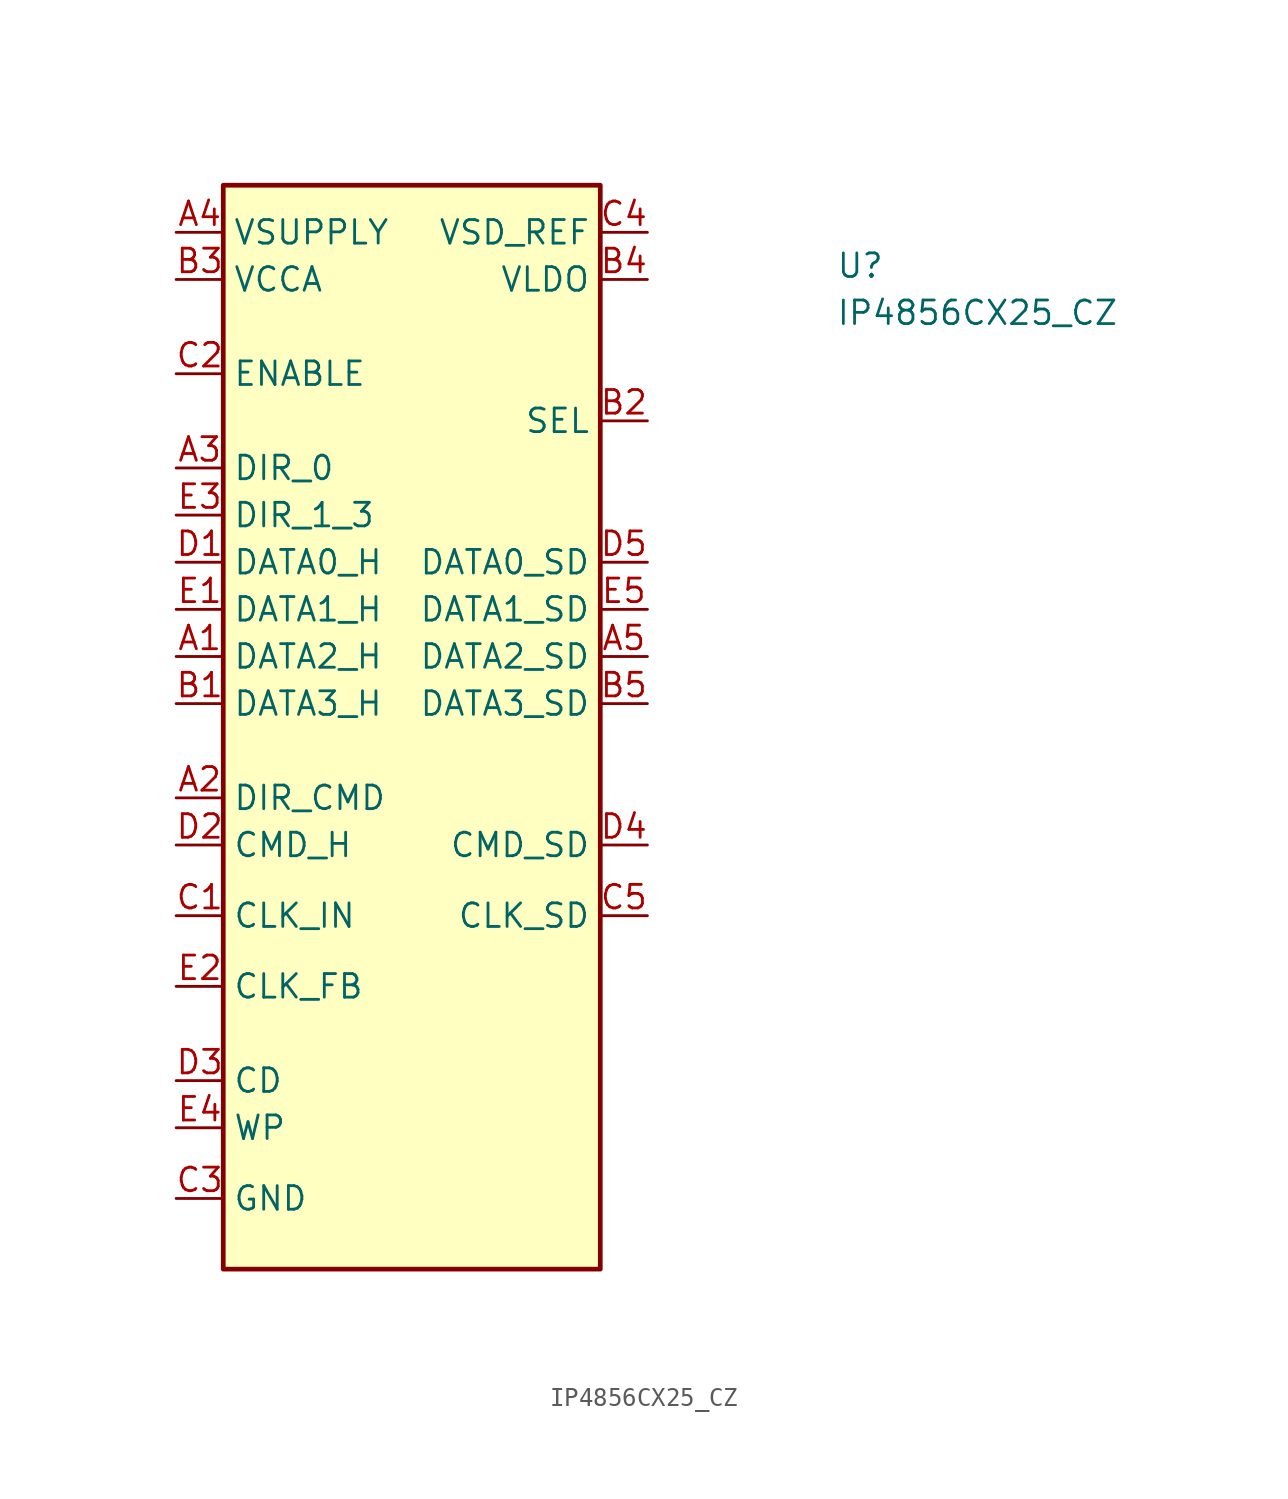
<source format=kicad_sym>
(kicad_symbol_lib
  (version 20211014)
  (generator kicad_symbol_editor)
  (symbol "IP4856CX25_CZ"
    (property "Reference" "U"
      (at 35.56 -2.54 0)
      (effects (font (size 1.27 1.27) (thickness 0.15)) (justify left bottom)))
    (property "Value" "IP4856CX25_CZ"
      (at 35.56 -5.08 0)
      (effects (font (size 1.27 1.27) (thickness 0.15)) (justify left bottom)))
    (symbol "IP4856CX25_CZ_1_1"
      (rectangle (start 2.54 2.54) (end 22.86 -55.88) (stroke (width 0.254) (type default) (color 0 0 0 0)) (fill (type background)))
      (pin bidirectional line (at 0 -22.86 0) (length 2.54) (name "DATA2_H" (effects (font (size 1.27 1.27)))) (number "A1" (effects (font (size 1.27 1.27)))))
      (pin input line (at 0 -30.48 0) (length 2.54) (name "DIR_CMD" (effects (font (size 1.27 1.27)))) (number "A2" (effects (font (size 1.27 1.27)))))
      (pin input line (at 0 -12.7 0) (length 2.54) (name "DIR_0" (effects (font (size 1.27 1.27)))) (number "A3" (effects (font (size 1.27 1.27)))))
      (pin power_in line (at 0 0 0) (length 2.54) (name "VSUPPLY" (effects (font (size 1.27 1.27)))) (number "A4" (effects (font (size 1.27 1.27)))))
      (pin bidirectional line (at 25.4 -22.86 180) (length 2.54) (name "DATA2_SD" (effects (font (size 1.27 1.27)))) (number "A5" (effects (font (size 1.27 1.27)))))
      (pin bidirectional line (at 0 -25.4 0) (length 2.54) (name "DATA3_H" (effects (font (size 1.27 1.27)))) (number "B1" (effects (font (size 1.27 1.27)))))
      (pin input line (at 25.4 -10.16 180) (length 2.54) (name "SEL" (effects (font (size 1.27 1.27)))) (number "B2" (effects (font (size 1.27 1.27)))))
      (pin power_in line (at 0 -2.54 0) (length 2.54) (name "VCCA" (effects (font (size 1.27 1.27)))) (number "B3" (effects (font (size 1.27 1.27)))))
      (pin passive line (at 25.4 -2.54 180) (length 2.54) (name "VLDO" (effects (font (size 1.27 1.27)))) (number "B4" (effects (font (size 1.27 1.27)))))
      (pin bidirectional line (at 25.4 -25.4 180) (length 2.54) (name "DATA3_SD" (effects (font (size 1.27 1.27)))) (number "B5" (effects (font (size 1.27 1.27)))))
      (pin input line (at 0 -36.83 0) (length 2.54) (name "CLK_IN" (effects (font (size 1.27 1.27)))) (number "C1" (effects (font (size 1.27 1.27)))))
      (pin input line (at 0 -7.62 0) (length 2.54) (name "ENABLE" (effects (font (size 1.27 1.27)))) (number "C2" (effects (font (size 1.27 1.27)))))
      (pin power_in line (at 0 -52.07 0) (length 2.54) (name "GND" (effects (font (size 1.27 1.27)))) (number "C3" (effects (font (size 1.27 1.27)))))
      (pin input line (at 25.4 0 180) (length 2.54) (name "VSD_REF" (effects (font (size 1.27 1.27)))) (number "C4" (effects (font (size 1.27 1.27)))))
      (pin output line (at 25.4 -36.83 180) (length 2.54) (name "CLK_SD" (effects (font (size 1.27 1.27)))) (number "C5" (effects (font (size 1.27 1.27)))))
      (pin bidirectional line (at 0 -17.78 0) (length 2.54) (name "DATA0_H" (effects (font (size 1.27 1.27)))) (number "D1" (effects (font (size 1.27 1.27)))))
      (pin bidirectional line (at 0 -33.02 0) (length 2.54) (name "CMD_H" (effects (font (size 1.27 1.27)))) (number "D2" (effects (font (size 1.27 1.27)))))
      (pin output line (at 0 -45.72 0) (length 2.54) (name "CD" (effects (font (size 1.27 1.27)))) (number "D3" (effects (font (size 1.27 1.27)))))
      (pin bidirectional line (at 25.4 -33.02 180) (length 2.54) (name "CMD_SD" (effects (font (size 1.27 1.27)))) (number "D4" (effects (font (size 1.27 1.27)))))
      (pin bidirectional line (at 25.4 -17.78 180) (length 2.54) (name "DATA0_SD" (effects (font (size 1.27 1.27)))) (number "D5" (effects (font (size 1.27 1.27)))))
      (pin bidirectional line (at 0 -20.32 0) (length 2.54) (name "DATA1_H" (effects (font (size 1.27 1.27)))) (number "E1" (effects (font (size 1.27 1.27)))))
      (pin output line (at 0 -40.64 0) (length 2.54) (name "CLK_FB" (effects (font (size 1.27 1.27)))) (number "E2" (effects (font (size 1.27 1.27)))))
      (pin input line (at 0 -15.24 0) (length 2.54) (name "DIR_1_3" (effects (font (size 1.27 1.27)))) (number "E3" (effects (font (size 1.27 1.27)))))
      (pin output line (at 0 -48.26 0) (length 2.54) (name "WP" (effects (font (size 1.27 1.27)))) (number "E4" (effects (font (size 1.27 1.27)))))
      (pin bidirectional line (at 25.4 -20.32 180) (length 2.54) (name "DATA1_SD" (effects (font (size 1.27 1.27)))) (number "E5" (effects (font (size 1.27 1.27))))))))
</source>
